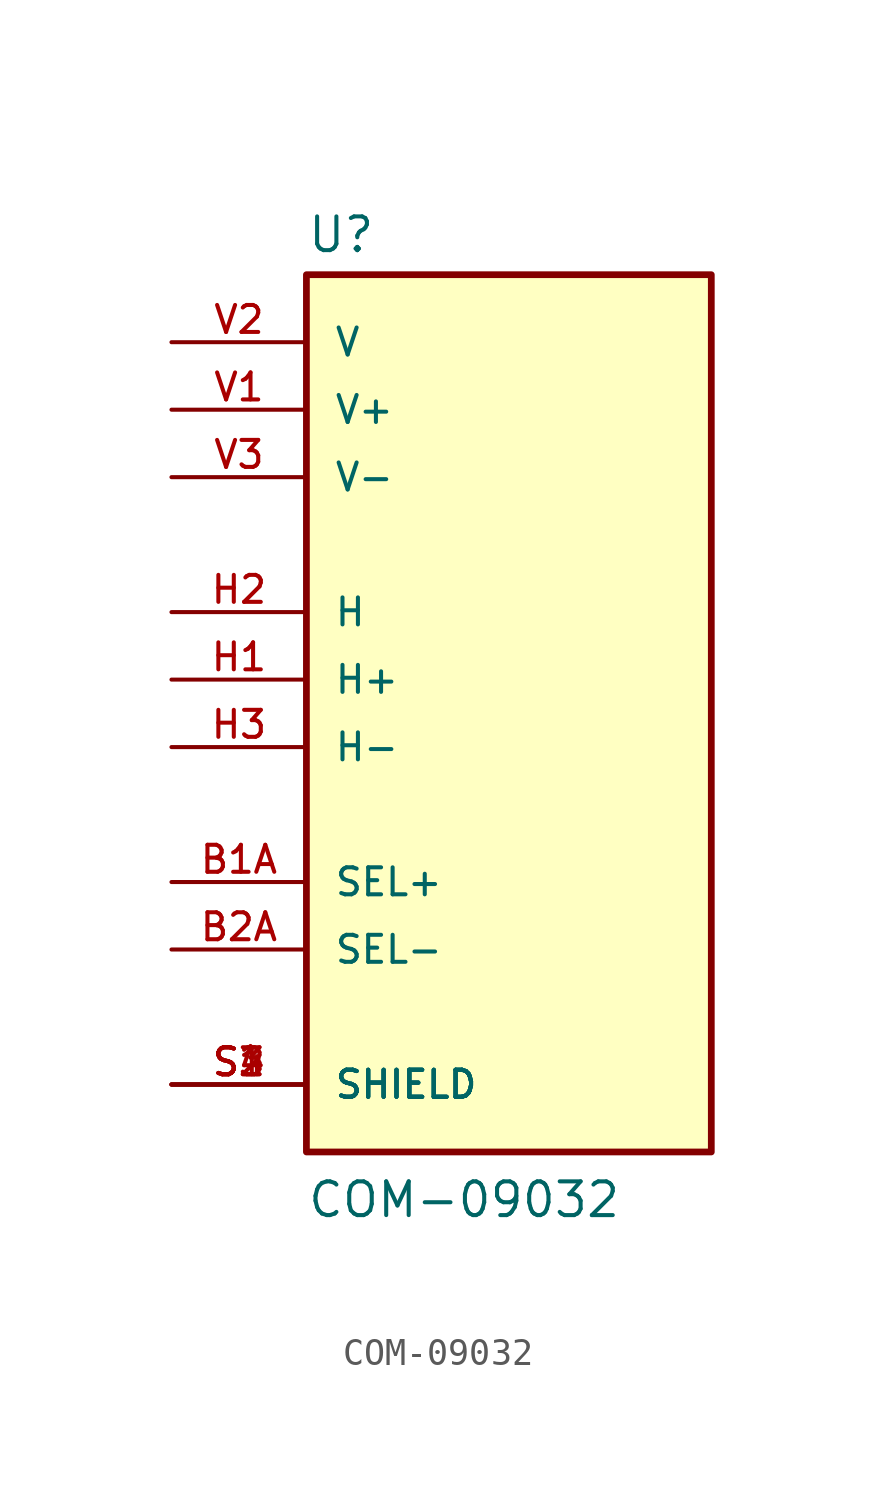
<source format=kicad_sym>
(kicad_symbol_lib
  (version 20211014)
  (generator kicad_symbol_editor)
  (symbol "COM-09032"
    (pin_names
      (offset 1.016))
    (property "Reference" "U"
      (at -7.62 16.002 0)
      (effects (font (size 1.27 1.27)) (justify bottom left)))
    (property "Value" "COM-09032"
      (at -7.62 -20.32 0)
      (effects (font (size 1.27 1.27)) (justify bottom left)))
    (symbol "COM-09032_0_0"
      (rectangle (start -7.62 -17.78) (end 7.62 15.24) (stroke (width 0.254)) (fill (type background)))
      (pin passive line (at -12.7 12.7 0) (length 5.08) (name "V" (effects (font (size 1.016 1.016)))) (number "V2" (effects (font (size 1.016 1.016)))))
      (pin passive line (at -12.7 -7.62 0) (length 5.08) (name "SEL+" (effects (font (size 1.016 1.016)))) (number "B1A" (effects (font (size 1.016 1.016)))))
      (pin passive line (at -12.7 0.0 0) (length 5.08) (name "H+" (effects (font (size 1.016 1.016)))) (number "H1" (effects (font (size 1.016 1.016)))))
      (pin passive line (at -12.7 2.54 0) (length 5.08) (name "H" (effects (font (size 1.016 1.016)))) (number "H2" (effects (font (size 1.016 1.016)))))
      (pin passive line (at -12.7 -2.54 0) (length 5.08) (name "H-" (effects (font (size 1.016 1.016)))) (number "H3" (effects (font (size 1.016 1.016)))))
      (pin passive line (at -12.7 10.16 0) (length 5.08) (name "V+" (effects (font (size 1.016 1.016)))) (number "V1" (effects (font (size 1.016 1.016)))))
      (pin passive line (at -12.7 7.62 0) (length 5.08) (name "V-" (effects (font (size 1.016 1.016)))) (number "V3" (effects (font (size 1.016 1.016)))))
      (pin passive line (at -12.7 -10.16 0) (length 5.08) (name "SEL-" (effects (font (size 1.016 1.016)))) (number "B2A" (effects (font (size 1.016 1.016)))))
      (pin passive line (at -12.7 -15.24 0) (length 5.08) (name "SHIELD" (effects (font (size 1.016 1.016)))) (number "S1" (effects (font (size 1.016 1.016)))))
      (pin passive line (at -12.7 -15.24 0) (length 5.08) (name "SHIELD" (effects (font (size 1.016 1.016)))) (number "S2" (effects (font (size 1.016 1.016)))))
      (pin passive line (at -12.7 -15.24 0) (length 5.08) (name "SHIELD" (effects (font (size 1.016 1.016)))) (number "S3" (effects (font (size 1.016 1.016)))))
      (pin passive line (at -12.7 -15.24 0) (length 5.08) (name "SHIELD" (effects (font (size 1.016 1.016)))) (number "S4" (effects (font (size 1.016 1.016))))))))
</source>
